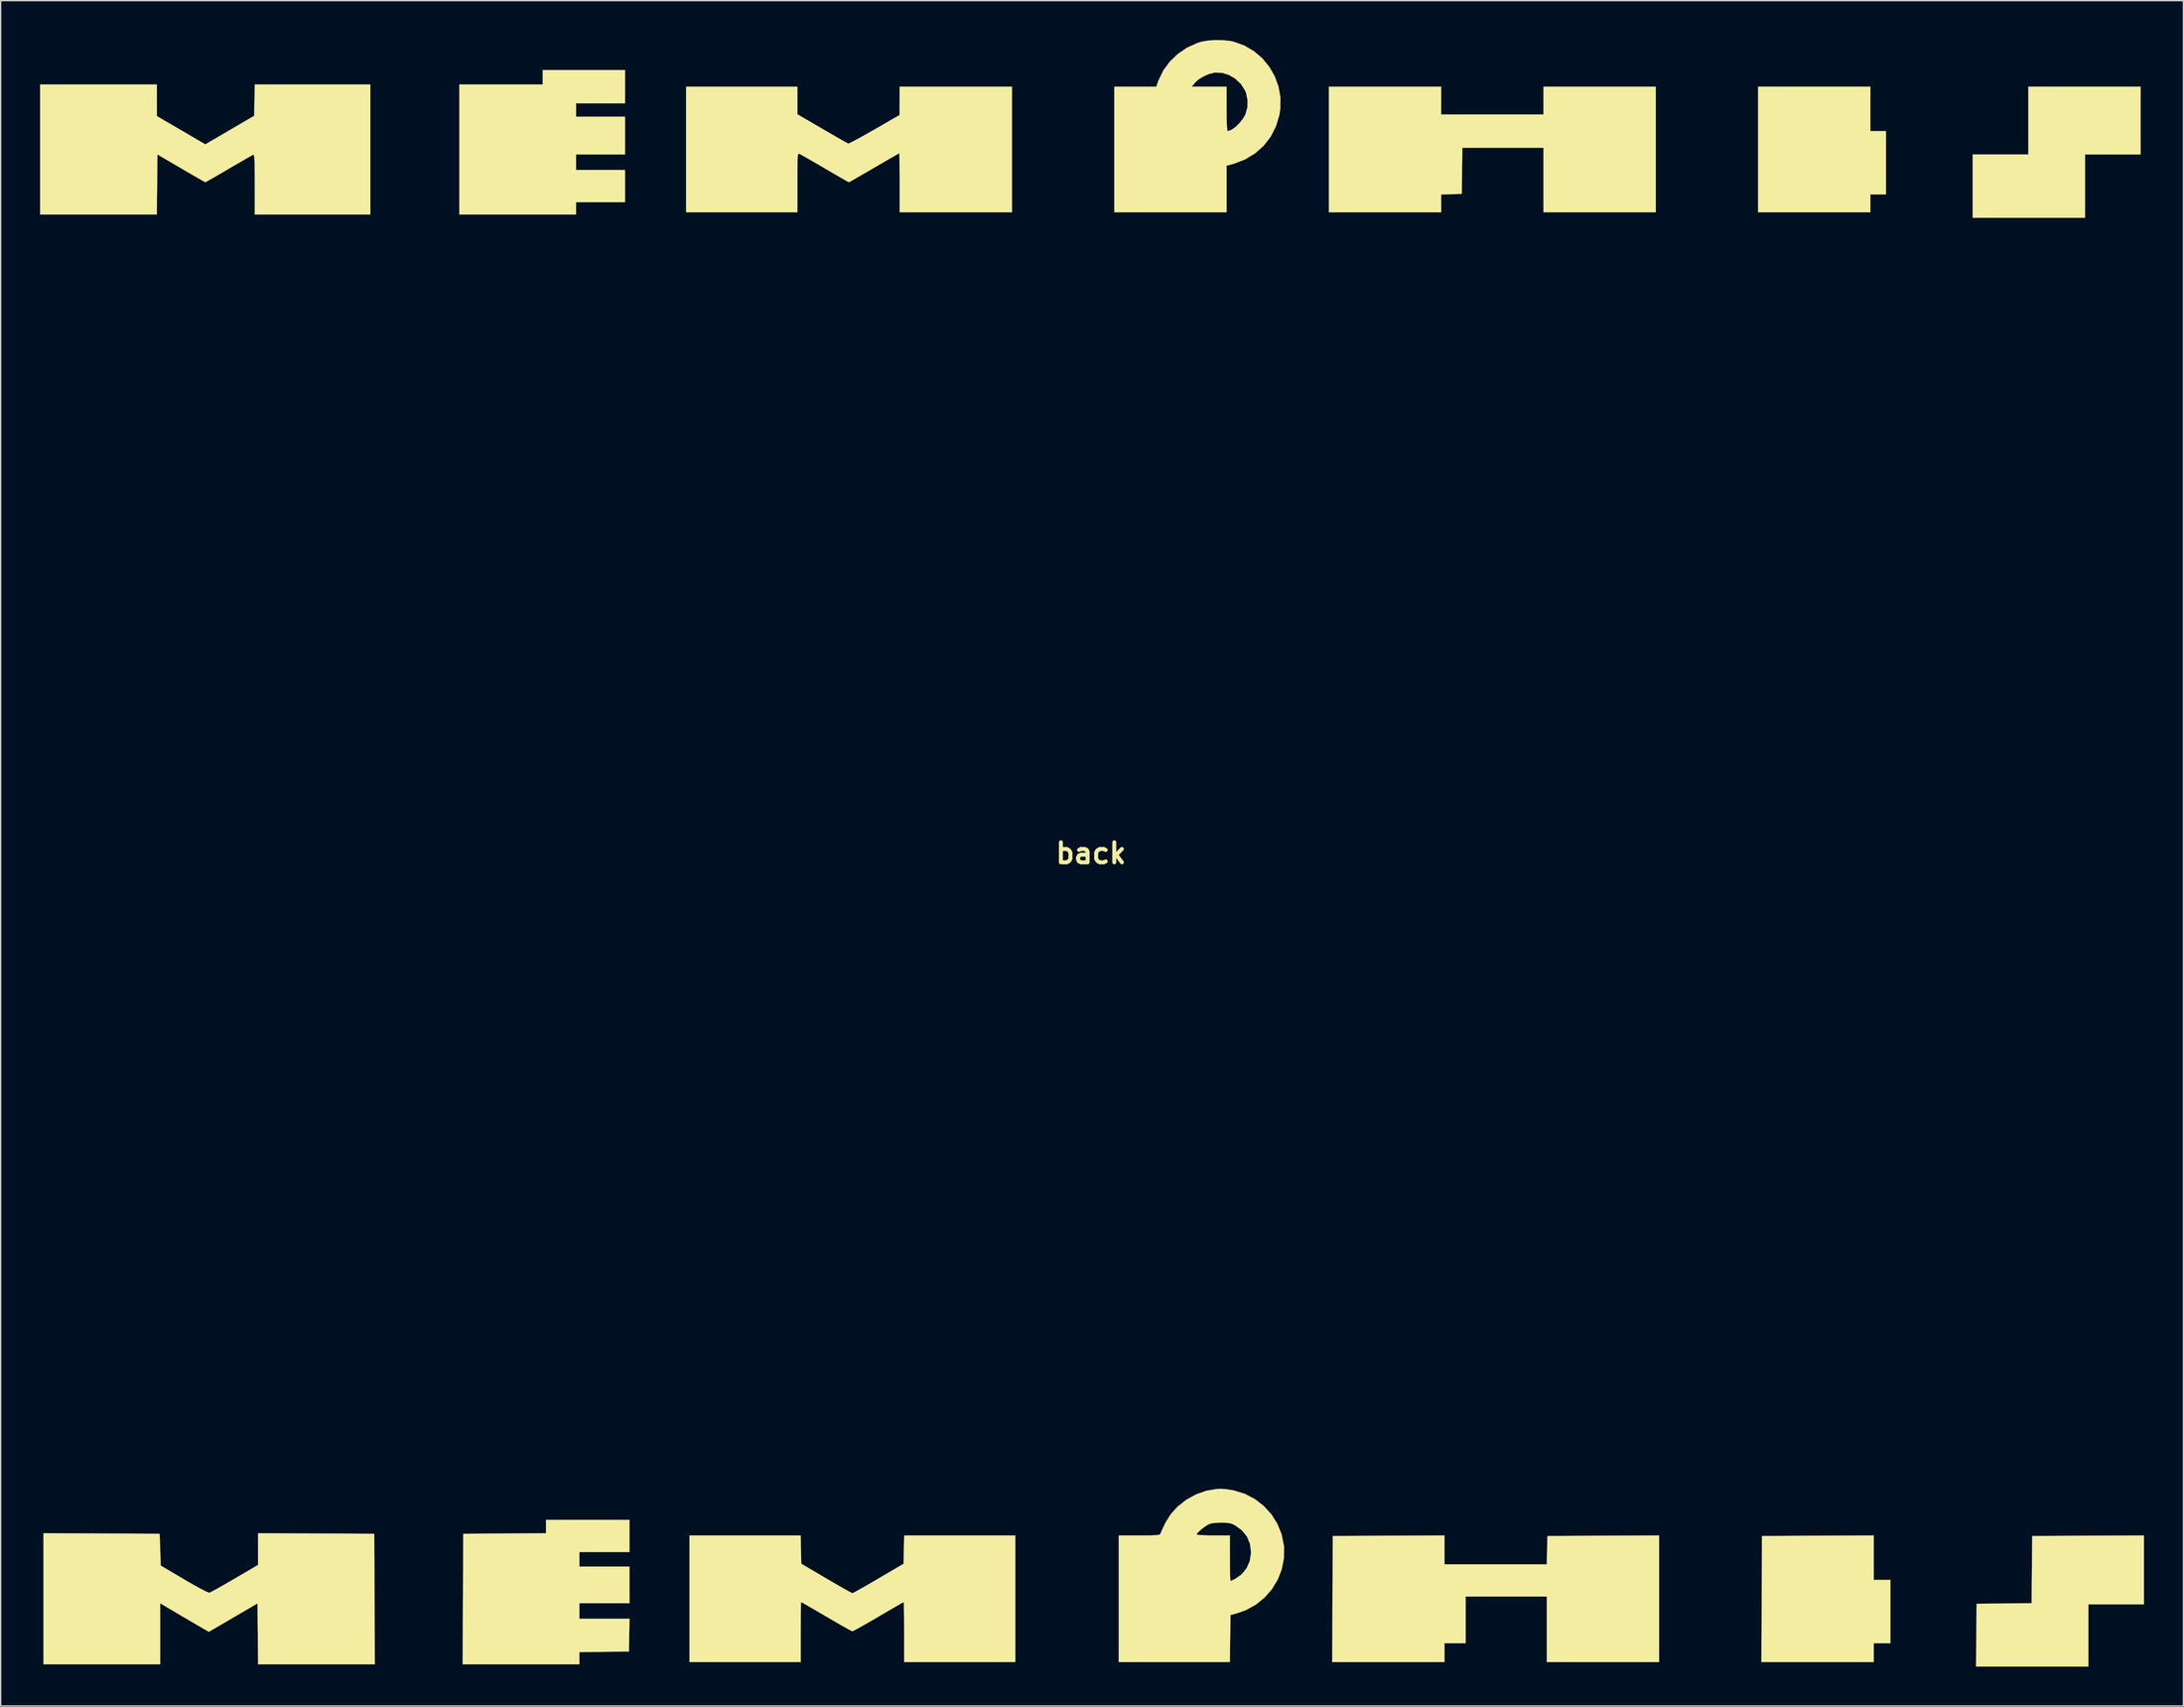
<source format=kicad_pcb>
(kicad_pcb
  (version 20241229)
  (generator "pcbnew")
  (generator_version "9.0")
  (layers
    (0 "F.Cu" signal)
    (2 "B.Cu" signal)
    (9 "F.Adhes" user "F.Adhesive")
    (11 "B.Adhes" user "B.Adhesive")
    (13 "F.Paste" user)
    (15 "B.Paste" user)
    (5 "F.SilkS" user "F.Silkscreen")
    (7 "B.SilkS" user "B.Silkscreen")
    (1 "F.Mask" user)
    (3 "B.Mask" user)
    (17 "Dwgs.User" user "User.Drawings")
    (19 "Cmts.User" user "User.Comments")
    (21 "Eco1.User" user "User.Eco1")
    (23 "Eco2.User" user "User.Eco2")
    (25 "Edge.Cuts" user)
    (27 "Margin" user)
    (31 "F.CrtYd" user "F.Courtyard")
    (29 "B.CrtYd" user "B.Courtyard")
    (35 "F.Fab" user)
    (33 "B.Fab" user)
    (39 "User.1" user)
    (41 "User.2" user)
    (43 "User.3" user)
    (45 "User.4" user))
  (footprint "back"
    (layer "F.Cu")
    (at 80.015 61.975)
    (property "Reference" "back" (at 0 0 0) (layer "F.SilkS") (effects (font (size 1.524 1.524) (thickness 0.3))))
    (attr through_hole)
    (fp_poly (pts (xy 59.351 -55.033) (xy 60.537 -55.033) (xy 60.537 -50.207) (xy 59.351 -50.207) (xy 59.351 -48.853) (xy 50.8 -48.853) (xy 50.8 -58.42) (xy 59.351 -58.42) (xy 59.351 -55.033)) (stroke (width 0.01) (type solid)) (fill yes) (layer "F.SilkS"))
    (fp_poly (pts (xy 79.925 -53.255) (xy 75.692 -53.255) (xy 75.692 -48.429) (xy 67.141 -48.429) (xy 67.141 -53.255) (xy 71.374 -53.255) (xy 71.374 -58.42) (xy 79.925 -58.42) (xy 79.925 -53.255)) (stroke (width 0.01) (type solid)) (fill yes) (layer "F.SilkS"))
    (fp_poly (pts (xy 59.605 55.372) (xy 60.875 55.372) (xy 60.875 60.198) (xy 59.605 60.198) (xy 59.605 61.637) (xy 51.053 61.637) (xy 51.074 56.833) (xy 51.096 52.028) (xy 59.605 51.984) (xy 59.605 55.372)) (stroke (width 0.01) (type solid)) (fill yes) (layer "F.SilkS"))
    (fp_poly (pts (xy 80.179 57.235) (xy 75.946 57.235) (xy 75.946 61.976) (xy 67.392 61.976) (xy 67.437 57.192) (xy 69.531 57.17) (xy 71.626 57.147) (xy 71.67 52.028) (xy 80.179 51.984) (xy 80.179 57.235)) (stroke (width 0.01) (type solid)) (fill yes) (layer "F.SilkS"))
    (fp_poly (pts (xy -35.475 -57.15) (xy -39.201 -57.15) (xy -39.201 -56.134) (xy -35.475 -56.134) (xy -35.475 -53.255) (xy -39.201 -53.255) (xy -39.201 -52.07) (xy -35.475 -52.07) (xy -35.475 -49.615) (xy -39.201 -49.615) (xy -39.201 -48.683) (xy -48.091 -48.683) (xy -48.091 -58.589) (xy -41.741 -58.589) (xy -41.741 -59.69) (xy -35.475 -59.69) (xy -35.475 -57.15)) (stroke (width 0.01) (type solid)) (fill yes) (layer "F.SilkS"))
    (fp_poly (pts (xy 26.67 -56.303) (xy 34.459 -56.303) (xy 34.459 -58.42) (xy 43.011 -58.42) (xy 43.011 -48.853) (xy 34.459 -48.853) (xy 34.459 -53.763) (xy 28.282 -53.763) (xy 28.259 -52.007) (xy 28.236 -50.25) (xy 27.453 -50.225) (xy 26.67 -50.201) (xy 26.67 -48.853) (xy 18.119 -48.853) (xy 18.119 -58.42) (xy 26.67 -58.42) (xy 26.67 -56.303)) (stroke (width 0.01) (type solid)) (fill yes) (layer "F.SilkS"))
    (fp_poly (pts (xy 43.265 61.637) (xy 34.713 61.637) (xy 34.713 56.642) (xy 28.533 56.642) (xy 28.533 60.198) (xy 26.924 60.198) (xy 26.924 61.637) (xy 18.371 61.637) (xy 18.393 56.833) (xy 18.415 52.028) (xy 26.924 51.984) (xy 26.924 54.187) (xy 34.708 54.187) (xy 34.732 53.107) (xy 34.756 52.028) (xy 43.265 51.984) (xy 43.265 61.637)) (stroke (width 0.01) (type solid)) (fill yes) (layer "F.SilkS"))
    (fp_poly (pts (xy -35.137 53.255) (xy -38.947 53.255) (xy -38.947 54.356) (xy -35.137 54.356) (xy -35.137 57.15) (xy -38.947 57.15) (xy -38.947 58.335) (xy -35.132 58.335) (xy -35.179 60.833) (xy -37.063 60.856) (xy -38.947 60.879) (xy -38.947 61.807) (xy -47.838 61.807) (xy -47.816 56.833) (xy -47.794 51.858) (xy -44.641 51.836) (xy -41.487 51.814) (xy -41.487 50.8) (xy -35.137 50.8) (xy -35.137 53.255)) (stroke (width 0.01) (type solid)) (fill yes) (layer "F.SilkS"))
    (fp_poly (pts (xy -58.992 51.836) (xy -54.568 51.858) (xy -54.546 56.833) (xy -54.524 61.807) (xy -63.413 61.807) (xy -63.435 59.486) (xy -63.458 57.166) (xy -65.311 58.249) (xy -67.164 59.332) (xy -68.19 58.734) (xy -68.66 58.459) (xy -69.172 58.16) (xy -69.66 57.873) (xy -70.04 57.648) (xy -70.866 57.159) (xy -70.866 61.807) (xy -79.756 61.807) (xy -79.756 51.814) (xy -75.332 51.836) (xy -70.908 51.858) (xy -70.866 53.072) (xy -70.824 54.286) (xy -69.046 55.336) (xy -68.545 55.627) (xy -68.088 55.884) (xy -67.694 56.096) (xy -67.387 56.251) (xy -67.187 56.339) (xy -67.123 56.353) (xy -67.012 56.303) (xy -66.777 56.178) (xy -66.44 55.992) (xy -66.023 55.756) (xy -65.549 55.482) (xy -65.197 55.277) (xy -63.415 54.234) (xy -63.415 51.814) (xy -58.992 51.836)) (stroke (width 0.01) (type solid)) (fill yes) (layer "F.SilkS"))
    (fp_poly (pts (xy -71.119 -57.383) (xy -71.118 -56.176) (xy -69.668 -55.33) (xy -69.192 -55.052) (xy -68.739 -54.788) (xy -68.34 -54.555) (xy -68.026 -54.371) (xy -67.826 -54.255) (xy -67.824 -54.253) (xy -67.43 -54.024) (xy -65.571 -55.112) (xy -63.712 -56.201) (xy -63.688 -57.395) (xy -63.665 -58.589) (xy -54.864 -58.589) (xy -54.864 -48.683) (xy -63.669 -48.683) (xy -63.669 -50.978) (xy -63.67 -51.666) (xy -63.674 -52.203) (xy -63.681 -52.605) (xy -63.692 -52.891) (xy -63.709 -53.078) (xy -63.733 -53.183) (xy -63.764 -53.225) (xy -63.797 -53.224) (xy -63.904 -53.169) (xy -64.135 -53.04) (xy -64.467 -52.85) (xy -64.878 -52.611) (xy -65.348 -52.338) (xy -65.655 -52.157) (xy -66.143 -51.871) (xy -66.58 -51.616) (xy -66.948 -51.404) (xy -67.224 -51.247) (xy -67.389 -51.156) (xy -67.426 -51.139) (xy -67.507 -51.18) (xy -67.714 -51.295) (xy -68.027 -51.473) (xy -68.424 -51.702) (xy -68.887 -51.971) (xy -69.272 -52.196) (xy -71.078 -53.253) (xy -71.1 -50.968) (xy -71.123 -48.683) (xy -80.01 -48.683) (xy -80.01 -58.589) (xy -71.12 -58.589) (xy -71.119 -57.383)) (stroke (width 0.01) (type solid)) (fill yes) (layer "F.SilkS"))
    (fp_poly (pts (xy -22.352 -56.318) (xy -20.462 -55.215) (xy -19.947 -54.916) (xy -19.479 -54.646) (xy -19.077 -54.416) (xy -18.762 -54.238) (xy -18.554 -54.124) (xy -18.476 -54.086) (xy -18.38 -54.12) (xy -18.158 -54.228) (xy -17.831 -54.4) (xy -17.419 -54.626) (xy -16.943 -54.893) (xy -16.475 -55.16) (xy -14.57 -56.261) (xy -14.563 -58.42) (xy -6.011 -58.42) (xy -6.011 -48.853) (xy -14.563 -48.853) (xy -14.563 -51.096) (xy -14.564 -51.693) (xy -14.567 -52.23) (xy -14.572 -52.685) (xy -14.579 -53.036) (xy -14.587 -53.262) (xy -14.595 -53.34) (xy -14.674 -53.299) (xy -14.879 -53.184) (xy -15.191 -53.005) (xy -15.59 -52.775) (xy -16.056 -52.504) (xy -16.51 -52.239) (xy -17.019 -51.942) (xy -17.479 -51.676) (xy -17.87 -51.451) (xy -18.172 -51.279) (xy -18.365 -51.171) (xy -18.429 -51.139) (xy -18.509 -51.18) (xy -18.715 -51.295) (xy -19.026 -51.473) (xy -19.423 -51.702) (xy -19.884 -51.971) (xy -20.261 -52.192) (xy -20.765 -52.487) (xy -21.227 -52.754) (xy -21.624 -52.982) (xy -21.935 -53.158) (xy -22.138 -53.269) (xy -22.204 -53.301) (xy -22.248 -53.309) (xy -22.283 -53.282) (xy -22.309 -53.202) (xy -22.327 -53.051) (xy -22.34 -52.81) (xy -22.347 -52.461) (xy -22.351 -51.986) (xy -22.352 -51.367) (xy -22.352 -51.105) (xy -22.352 -48.853) (xy -30.819 -48.853) (xy -30.819 -58.42) (xy -22.352 -58.42) (xy -22.352 -56.318)) (stroke (width 0.01) (type solid)) (fill yes) (layer "F.SilkS"))
    (fp_poly (pts (xy -22.079 53.063) (xy -22.056 54.141) (xy -20.151 55.263) (xy -19.636 55.565) (xy -19.167 55.836) (xy -18.765 56.065) (xy -18.45 56.24) (xy -18.241 56.351) (xy -18.161 56.386) (xy -18.068 56.345) (xy -17.85 56.228) (xy -17.526 56.048) (xy -17.117 55.815) (xy -16.644 55.542) (xy -16.171 55.265) (xy -14.266 54.144) (xy -14.219 51.985) (xy -5.757 51.985) (xy -5.757 61.637) (xy -14.224 61.637) (xy -14.224 59.351) (xy -14.225 58.749) (xy -14.228 58.206) (xy -14.234 57.745) (xy -14.24 57.386) (xy -14.248 57.152) (xy -14.257 57.065) (xy -14.257 57.065) (xy -14.336 57.106) (xy -14.541 57.222) (xy -14.853 57.402) (xy -15.251 57.633) (xy -15.717 57.905) (xy -16.183 58.179) (xy -16.697 58.479) (xy -17.164 58.748) (xy -17.564 58.975) (xy -17.877 59.149) (xy -18.084 59.258) (xy -18.161 59.291) (xy -18.254 59.25) (xy -18.473 59.133) (xy -18.796 58.953) (xy -19.204 58.721) (xy -19.677 58.448) (xy -20.138 58.178) (xy -20.648 57.879) (xy -21.109 57.61) (xy -21.5 57.383) (xy -21.803 57.209) (xy -21.998 57.099) (xy -22.064 57.065) (xy -22.073 57.146) (xy -22.081 57.375) (xy -22.088 57.729) (xy -22.093 58.187) (xy -22.097 58.728) (xy -22.098 59.328) (xy -22.098 59.351) (xy -22.098 61.637) (xy -30.565 61.637) (xy -30.565 51.985) (xy -22.103 51.985) (xy -22.079 53.063)) (stroke (width 0.01) (type solid)) (fill yes) (layer "F.SilkS"))
    (fp_poly (pts (xy 10.1 -61.957) (xy 10.643 -61.896) (xy 10.876 -61.846) (xy 11.688 -61.551) (xy 12.418 -61.122) (xy 13.054 -60.575) (xy 13.585 -59.93) (xy 13.998 -59.206) (xy 14.284 -58.421) (xy 14.429 -57.593) (xy 14.422 -56.741) (xy 14.355 -56.293) (xy 14.096 -55.415) (xy 13.697 -54.625) (xy 13.167 -53.933) (xy 12.517 -53.349) (xy 11.757 -52.884) (xy 10.897 -52.55) (xy 10.689 -52.493) (xy 10.329 -52.402) (xy 10.329 -48.853) (xy 1.778 -48.853) (xy 1.778 -58.42) (xy 4.973 -58.42) (xy 7.683 -58.42) (xy 10.329 -58.42) (xy 10.329 -56.727) (xy 10.334 -56.057) (xy 10.347 -55.555) (xy 10.369 -55.22) (xy 10.4 -55.053) (xy 10.418 -55.033) (xy 10.552 -55.07) (xy 10.736 -55.153) (xy 11.043 -55.373) (xy 11.357 -55.694) (xy 11.628 -56.059) (xy 11.762 -56.303) (xy 11.911 -56.822) (xy 11.928 -57.385) (xy 11.815 -57.933) (xy 11.738 -58.124) (xy 11.426 -58.616) (xy 11.006 -59.018) (xy 10.512 -59.311) (xy 9.976 -59.475) (xy 9.431 -59.492) (xy 9.406 -59.489) (xy 8.998 -59.387) (xy 8.574 -59.204) (xy 8.192 -58.972) (xy 7.914 -58.72) (xy 7.894 -58.695) (xy 7.683 -58.42) (xy 4.973 -58.42) (xy 5.153 -58.914) (xy 5.51 -59.654) (xy 6.007 -60.329) (xy 6.619 -60.916) (xy 7.325 -61.396) (xy 8.098 -61.746) (xy 8.441 -61.85) (xy 8.927 -61.934) (xy 9.504 -61.97) (xy 10.1 -61.957)) (stroke (width 0.01) (type solid)) (fill yes) (layer "F.SilkS"))
    (fp_poly (pts (xy 10.192 48.451) (xy 10.557 48.498) (xy 10.88 48.557) (xy 11.721 48.816) (xy 12.488 49.217) (xy 13.165 49.742) (xy 13.74 50.375) (xy 14.195 51.099) (xy 14.518 51.898) (xy 14.692 52.755) (xy 14.702 52.864) (xy 14.694 53.731) (xy 14.529 54.568) (xy 14.221 55.357) (xy 13.782 56.081) (xy 13.224 56.72) (xy 12.561 57.259) (xy 11.805 57.677) (xy 11.134 57.916) (xy 10.626 58.056) (xy 10.603 59.847) (xy 10.58 61.637) (xy 2.117 61.637) (xy 2.117 51.985) (xy 3.686 51.985) (xy 4.241 51.984) (xy 4.65 51.979) (xy 4.935 51.967) (xy 5.121 51.948) (xy 5.229 51.918) (xy 5.24 51.909) (xy 8.043 51.909) (xy 8.123 51.936) (xy 8.343 51.958) (xy 8.674 51.975) (xy 9.086 51.984) (xy 9.313 51.985) (xy 10.583 51.985) (xy 10.583 53.721) (xy 10.585 54.242) (xy 10.591 54.701) (xy 10.6 55.072) (xy 10.612 55.33) (xy 10.625 55.451) (xy 10.629 55.457) (xy 10.726 55.421) (xy 10.914 55.333) (xy 10.989 55.295) (xy 11.477 54.952) (xy 11.848 54.498) (xy 12.089 53.955) (xy 12.187 53.344) (xy 12.188 53.255) (xy 12.112 52.629) (xy 11.886 52.079) (xy 11.511 51.61) (xy 11.019 51.243) (xy 10.798 51.126) (xy 10.592 51.056) (xy 10.342 51.022) (xy 9.993 51.013) (xy 9.906 51.012) (xy 9.464 51.027) (xy 9.149 51.073) (xy 8.92 51.158) (xy 8.912 51.162) (xy 8.684 51.307) (xy 8.442 51.49) (xy 8.228 51.677) (xy 8.083 51.832) (xy 8.043 51.909) (xy 5.24 51.909) (xy 5.284 51.875) (xy 5.302 51.837) (xy 5.36 51.694) (xy 5.47 51.446) (xy 5.612 51.14) (xy 5.65 51.06) (xy 6.066 50.38) (xy 6.614 49.775) (xy 7.267 49.263) (xy 7.999 48.86) (xy 8.785 48.581) (xy 9.596 48.444) (xy 9.906 48.432) (xy 10.192 48.451)) (stroke (width 0.01) (type solid)) (fill yes) (layer "F.SilkS")))
  (gr_rect
    (start -3 -3)
    (end 163.199 126.956)
    (stroke (width 0.1) (type default))
    (fill no)
    (layer "Edge.Cuts")))
</source>
